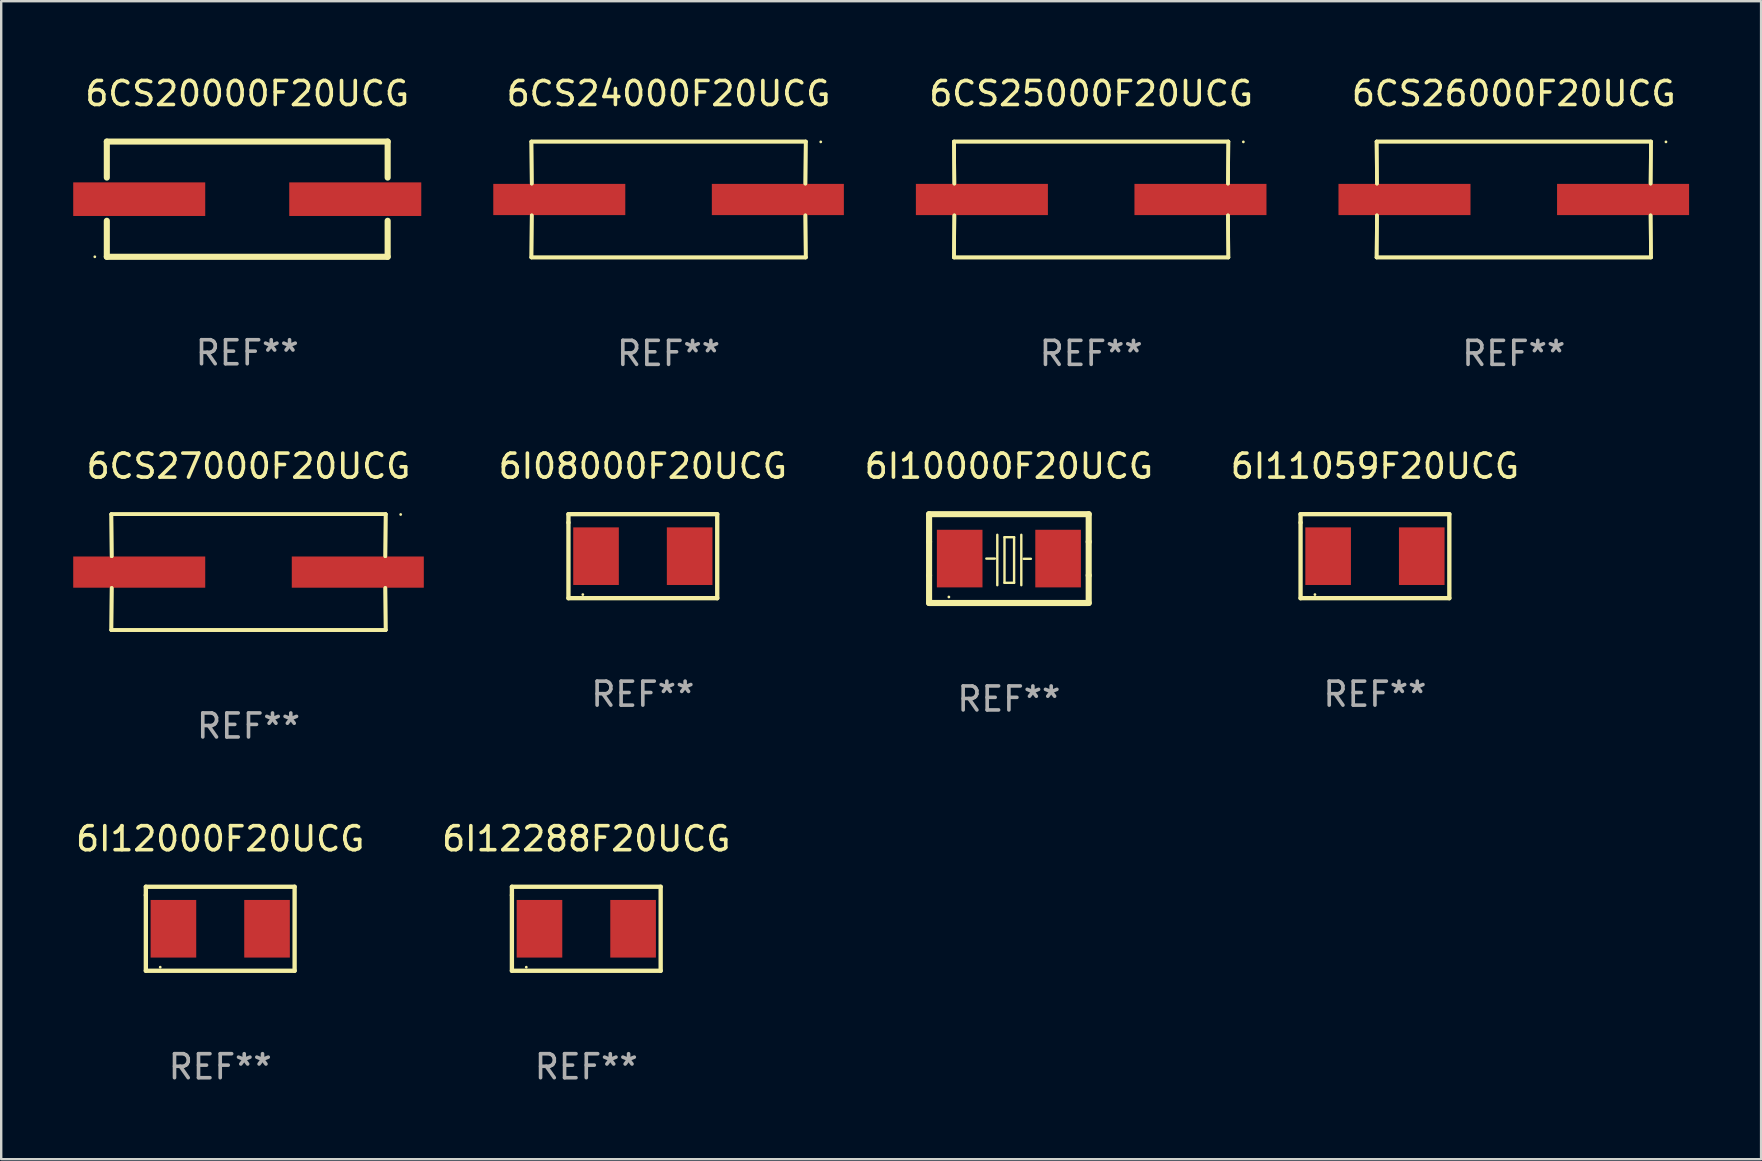
<source format=kicad_pcb>
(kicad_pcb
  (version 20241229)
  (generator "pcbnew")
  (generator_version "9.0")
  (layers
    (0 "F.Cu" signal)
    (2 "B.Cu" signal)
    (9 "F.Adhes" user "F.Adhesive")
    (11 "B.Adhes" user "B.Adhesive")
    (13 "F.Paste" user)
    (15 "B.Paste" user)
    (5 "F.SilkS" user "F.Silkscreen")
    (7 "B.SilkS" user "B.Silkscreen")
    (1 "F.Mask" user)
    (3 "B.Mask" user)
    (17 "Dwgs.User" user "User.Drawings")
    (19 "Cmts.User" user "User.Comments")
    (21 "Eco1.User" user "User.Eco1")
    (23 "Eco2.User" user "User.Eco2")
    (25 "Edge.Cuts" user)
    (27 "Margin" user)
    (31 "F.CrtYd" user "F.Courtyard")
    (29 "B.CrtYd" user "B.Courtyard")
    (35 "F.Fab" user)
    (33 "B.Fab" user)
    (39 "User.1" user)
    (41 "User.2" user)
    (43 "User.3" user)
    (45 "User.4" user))
  (footprint "6I11059F20UCG"
    (layer "F.Cu")
    (at 54.231 20.121)
    (property "Reference" "6I11059F20UCG" (at 0 -3.75 0) (layer "F.SilkS") (effects (font (size 1 1) (thickness 0.15))))
    (attr through_hole)
    (fp_line (start -3.099 -1.75) (end 3.099 -1.75) (stroke (width 0.18) (type solid)) (layer "F.SilkS"))
    (fp_line (start -3.099 -1.4) (end -3.099 -1.75) (stroke (width 0.18) (type solid)) (layer "F.SilkS"))
    (fp_line (start -3.099 1.75) (end -3.099 -1.4) (stroke (width 0.18) (type solid)) (layer "F.SilkS"))
    (fp_line (start 3.099 -1.75) (end 3.099 1.75) (stroke (width 0.18) (type solid)) (layer "F.SilkS"))
    (fp_line (start 3.099 1.75) (end -3.099 1.75) (stroke (width 0.18) (type solid)) (layer "F.SilkS"))
    (fp_circle (center -2.5 1.6) (end -2.47 1.6) (stroke (width 0.06) (type solid)) (fill no) (layer "F.SilkS"))
    (fp_text user "REF**" (at 0 5.75 0) (layer "F.Fab") (effects (font (size 1 1) (thickness 0.15))))
    (pad "1" smd rect (at -1.95 0) (size 1.9 2.4) (layers "F.Cu" "F.Mask" "F.Paste"))
    (pad "2" smd rect (at 1.95 0) (size 1.9 2.4) (layers "F.Cu" "F.Mask" "F.Paste")))
  (footprint "6I12000F20UCG"
    (layer "F.Cu")
    (at 6.125 35.643)
    (property "Reference" "6I12000F20UCG" (at 0 -3.75 0) (layer "F.SilkS") (effects (font (size 1 1) (thickness 0.15))))
    (attr through_hole)
    (fp_line (start -3.099 -1.75) (end 3.099 -1.75) (stroke (width 0.18) (type solid)) (layer "F.SilkS"))
    (fp_line (start -3.099 -1.4) (end -3.099 -1.75) (stroke (width 0.18) (type solid)) (layer "F.SilkS"))
    (fp_line (start -3.099 1.75) (end -3.099 -1.4) (stroke (width 0.18) (type solid)) (layer "F.SilkS"))
    (fp_line (start 3.099 -1.75) (end 3.099 1.75) (stroke (width 0.18) (type solid)) (layer "F.SilkS"))
    (fp_line (start 3.099 1.75) (end -3.099 1.75) (stroke (width 0.18) (type solid)) (layer "F.SilkS"))
    (fp_circle (center -2.5 1.6) (end -2.47 1.6) (stroke (width 0.06) (type solid)) (fill no) (layer "F.SilkS"))
    (fp_text user "REF**" (at 0 5.75 0) (layer "F.Fab") (effects (font (size 1 1) (thickness 0.15))))
    (pad "1" smd rect (at -1.95 0) (size 1.9 2.4) (layers "F.Cu" "F.Mask" "F.Paste"))
    (pad "2" smd rect (at 1.95 0) (size 1.9 2.4) (layers "F.Cu" "F.Mask" "F.Paste")))
  (footprint "6CS27000F20UCG"
    (layer "F.Cu")
    (at 7.303 20.784)
    (property "Reference" "6CS27000F20UCG" (at 0 -4.413 0) (layer "F.SilkS") (effects (font (size 1 1) (thickness 0.15))))
    (attr through_hole)
    (fp_line (start -5.715 -2.413) (end -5.7 -0.662) (stroke (width 0.152) (type solid)) (layer "F.SilkS"))
    (fp_line (start -5.715 -2.413) (end -5.7 -0.662) (stroke (width 0.152) (type solid)) (layer "F.SilkS"))
    (fp_line (start -5.715 2.413) (end 5.715 2.413) (stroke (width 0.152) (type solid)) (layer "F.SilkS"))
    (fp_line (start -5.715 2.413) (end 5.715 2.413) (stroke (width 0.152) (type solid)) (layer "F.SilkS"))
    (fp_line (start -5.7 0.662) (end -5.715 2.413) (stroke (width 0.152) (type solid)) (layer "F.SilkS"))
    (fp_line (start -5.7 0.662) (end -5.715 2.413) (stroke (width 0.152) (type solid)) (layer "F.SilkS"))
    (fp_line (start 5.7 -0.662) (end 5.715 -2.413) (stroke (width 0.152) (type solid)) (layer "F.SilkS"))
    (fp_line (start 5.7 -0.662) (end 5.715 -2.413) (stroke (width 0.152) (type solid)) (layer "F.SilkS"))
    (fp_line (start 5.715 -2.413) (end -5.715 -2.413) (stroke (width 0.152) (type solid)) (layer "F.SilkS"))
    (fp_line (start 5.715 -2.413) (end -5.715 -2.413) (stroke (width 0.152) (type solid)) (layer "F.SilkS"))
    (fp_line (start 5.715 2.413) (end 5.7 0.662) (stroke (width 0.152) (type solid)) (layer "F.SilkS"))
    (fp_line (start 5.715 2.413) (end 5.7 0.662) (stroke (width 0.152) (type solid)) (layer "F.SilkS"))
    (fp_circle (center 6.34 -2.4) (end 6.37 -2.4) (stroke (width 0.06) (type solid)) (fill no) (layer "F.SilkS"))
    (fp_text user "REF**" (at 0 6.413 0) (layer "F.Fab") (effects (font (size 1 1) (thickness 0.15))))
    (pad "1" smd rect (at 4.553 0) (size 5.5 1.3) (layers "F.Cu" "F.Mask" "F.Paste"))
    (pad "2" smd rect (at -4.553 0) (size 5.5 1.3) (layers "F.Cu" "F.Mask" "F.Paste")))
  (footprint "6I10000F20UCG"
    (layer "F.Cu")
    (at 38.981 20.221)
    (property "Reference" "6I10000F20UCG" (at 0 -3.85 0) (layer "F.SilkS") (effects (font (size 1 1) (thickness 0.15))))
    (attr through_hole)
    (fp_line (start -3.325 0.7) (end -3.325 -0.7) (stroke (width 0.254) (type solid)) (layer "F.SilkS"))
    (fp_line (start -3.325 -1.85) (end 3.325 -1.85) (stroke (width 0.254) (type solid)) (layer "F.SilkS"))
    (fp_line (start -3.325 -0.7) (end -3.325 -1.85) (stroke (width 0.254) (type solid)) (layer "F.SilkS"))
    (fp_line (start -3.325 1.85) (end -3.325 0.7) (stroke (width 0.254) (type solid)) (layer "F.SilkS"))
    (fp_line (start -0.94 -0.000127) (end -0.584 -0.000127) (stroke (width 0.1) (type solid)) (layer "F.SilkS"))
    (fp_line (start -0.483 -0.991) (end -0.483 1.109) (stroke (width 0.1) (type solid)) (layer "F.SilkS"))
    (fp_line (start -0.183 -0.891) (end -0.183 1.009) (stroke (width 0.1) (type solid)) (layer "F.SilkS"))
    (fp_line (start -0.183 1.009) (end 0.217 1.009) (stroke (width 0.1) (type solid)) (layer "F.SilkS"))
    (fp_line (start 0.217 -0.891) (end -0.183 -0.891) (stroke (width 0.1) (type solid)) (layer "F.SilkS"))
    (fp_line (start 0.217 1.009) (end 0.217 -0.891) (stroke (width 0.1) (type solid)) (layer "F.SilkS"))
    (fp_line (start 0.517 -0.991) (end 0.517 1.109) (stroke (width 0.1) (type solid)) (layer "F.SilkS"))
    (fp_line (start 0.617 0.009) (end 0.917 0.009) (stroke (width 0.1) (type solid)) (layer "F.SilkS"))
    (fp_line (start 3.325 -1.85) (end 3.325 -0.7) (stroke (width 0.254) (type solid)) (layer "F.SilkS"))
    (fp_line (start 3.325 0.7) (end 3.325 1.85) (stroke (width 0.254) (type solid)) (layer "F.SilkS"))
    (fp_line (start 3.325 1.85) (end -3.325 1.85) (stroke (width 0.254) (type solid)) (layer "F.SilkS"))
    (fp_line (start 3.325 -0.7) (end 3.325 0.7) (stroke (width 0.254) (type solid)) (layer "F.SilkS"))
    (fp_circle (center -2.5 1.6) (end -2.47 1.6) (stroke (width 0.06) (type solid)) (fill no) (layer "F.SilkS"))
    (fp_text user "REF**" (at 0 5.85 0) (layer "F.Fab") (effects (font (size 1 1) (thickness 0.15))))
    (pad "1" smd rect (at -2.05 -0.000127) (size 1.9 2.4) (layers "F.Cu" "F.Mask" "F.Paste"))
    (pad "2" smd rect (at 2.05 -0.000127) (size 1.9 2.4) (layers "F.Cu" "F.Mask" "F.Paste")))
  (footprint "6I12288F20UCG"
    (layer "F.Cu")
    (at 21.375 35.643)
    (property "Reference" "6I12288F20UCG" (at 0 -3.75 0) (layer "F.SilkS") (effects (font (size 1 1) (thickness 0.15))))
    (attr through_hole)
    (fp_line (start -3.099 -1.75) (end 3.099 -1.75) (stroke (width 0.18) (type solid)) (layer "F.SilkS"))
    (fp_line (start -3.099 -1.4) (end -3.099 -1.75) (stroke (width 0.18) (type solid)) (layer "F.SilkS"))
    (fp_line (start -3.099 1.75) (end -3.099 -1.4) (stroke (width 0.18) (type solid)) (layer "F.SilkS"))
    (fp_line (start 3.099 -1.75) (end 3.099 1.75) (stroke (width 0.18) (type solid)) (layer "F.SilkS"))
    (fp_line (start 3.099 1.75) (end -3.099 1.75) (stroke (width 0.18) (type solid)) (layer "F.SilkS"))
    (fp_circle (center -2.5 1.6) (end -2.47 1.6) (stroke (width 0.06) (type solid)) (fill no) (layer "F.SilkS"))
    (fp_text user "REF**" (at 0 5.75 0) (layer "F.Fab") (effects (font (size 1 1) (thickness 0.15))))
    (pad "1" smd rect (at -1.95 0) (size 1.9 2.4) (layers "F.Cu" "F.Mask" "F.Paste"))
    (pad "2" smd rect (at 1.95 0) (size 1.9 2.4) (layers "F.Cu" "F.Mask" "F.Paste")))
  (footprint "6CS26000F20UCG"
    (layer "F.Cu")
    (at 60.015 5.261)
    (property "Reference" "6CS26000F20UCG" (at 0 -4.413 0) (layer "F.SilkS") (effects (font (size 1 1) (thickness 0.15))))
    (attr through_hole)
    (fp_line (start -5.715 -2.413) (end -5.7 -0.662) (stroke (width 0.152) (type solid)) (layer "F.SilkS"))
    (fp_line (start -5.715 -2.413) (end -5.7 -0.662) (stroke (width 0.152) (type solid)) (layer "F.SilkS"))
    (fp_line (start -5.715 2.413) (end 5.715 2.413) (stroke (width 0.152) (type solid)) (layer "F.SilkS"))
    (fp_line (start -5.715 2.413) (end 5.715 2.413) (stroke (width 0.152) (type solid)) (layer "F.SilkS"))
    (fp_line (start -5.7 0.662) (end -5.715 2.413) (stroke (width 0.152) (type solid)) (layer "F.SilkS"))
    (fp_line (start -5.7 0.662) (end -5.715 2.413) (stroke (width 0.152) (type solid)) (layer "F.SilkS"))
    (fp_line (start 5.7 -0.662) (end 5.715 -2.413) (stroke (width 0.152) (type solid)) (layer "F.SilkS"))
    (fp_line (start 5.7 -0.662) (end 5.715 -2.413) (stroke (width 0.152) (type solid)) (layer "F.SilkS"))
    (fp_line (start 5.715 -2.413) (end -5.715 -2.413) (stroke (width 0.152) (type solid)) (layer "F.SilkS"))
    (fp_line (start 5.715 -2.413) (end -5.715 -2.413) (stroke (width 0.152) (type solid)) (layer "F.SilkS"))
    (fp_line (start 5.715 2.413) (end 5.7 0.662) (stroke (width 0.152) (type solid)) (layer "F.SilkS"))
    (fp_line (start 5.715 2.413) (end 5.7 0.662) (stroke (width 0.152) (type solid)) (layer "F.SilkS"))
    (fp_circle (center 6.34 -2.4) (end 6.37 -2.4) (stroke (width 0.06) (type solid)) (fill no) (layer "F.SilkS"))
    (fp_text user "REF**" (at 0 6.413 0) (layer "F.Fab") (effects (font (size 1 1) (thickness 0.15))))
    (pad "1" smd rect (at 4.553 0) (size 5.5 1.3) (layers "F.Cu" "F.Mask" "F.Paste"))
    (pad "2" smd rect (at -4.553 0) (size 5.5 1.3) (layers "F.Cu" "F.Mask" "F.Paste")))
  (footprint "6CS25000F20UCG"
    (layer "F.Cu")
    (at 42.409 5.261)
    (property "Reference" "6CS25000F20UCG" (at 0 -4.413 0) (layer "F.SilkS") (effects (font (size 1 1) (thickness 0.15))))
    (attr through_hole)
    (fp_line (start -5.715 -2.413) (end -5.7 -0.662) (stroke (width 0.152) (type solid)) (layer "F.SilkS"))
    (fp_line (start -5.715 -2.413) (end -5.7 -0.662) (stroke (width 0.152) (type solid)) (layer "F.SilkS"))
    (fp_line (start -5.715 2.413) (end 5.715 2.413) (stroke (width 0.152) (type solid)) (layer "F.SilkS"))
    (fp_line (start -5.715 2.413) (end 5.715 2.413) (stroke (width 0.152) (type solid)) (layer "F.SilkS"))
    (fp_line (start -5.7 0.662) (end -5.715 2.413) (stroke (width 0.152) (type solid)) (layer "F.SilkS"))
    (fp_line (start -5.7 0.662) (end -5.715 2.413) (stroke (width 0.152) (type solid)) (layer "F.SilkS"))
    (fp_line (start 5.7 -0.662) (end 5.715 -2.413) (stroke (width 0.152) (type solid)) (layer "F.SilkS"))
    (fp_line (start 5.7 -0.662) (end 5.715 -2.413) (stroke (width 0.152) (type solid)) (layer "F.SilkS"))
    (fp_line (start 5.715 -2.413) (end -5.715 -2.413) (stroke (width 0.152) (type solid)) (layer "F.SilkS"))
    (fp_line (start 5.715 -2.413) (end -5.715 -2.413) (stroke (width 0.152) (type solid)) (layer "F.SilkS"))
    (fp_line (start 5.715 2.413) (end 5.7 0.662) (stroke (width 0.152) (type solid)) (layer "F.SilkS"))
    (fp_line (start 5.715 2.413) (end 5.7 0.662) (stroke (width 0.152) (type solid)) (layer "F.SilkS"))
    (fp_circle (center 6.34 -2.4) (end 6.37 -2.4) (stroke (width 0.06) (type solid)) (fill no) (layer "F.SilkS"))
    (fp_text user "REF**" (at 0 6.413 0) (layer "F.Fab") (effects (font (size 1 1) (thickness 0.15))))
    (pad "1" smd rect (at 4.553 0) (size 5.5 1.3) (layers "F.Cu" "F.Mask" "F.Paste"))
    (pad "2" smd rect (at -4.553 0) (size 5.5 1.3) (layers "F.Cu" "F.Mask" "F.Paste")))
  (footprint "6CS20000F20UCG"
    (layer "F.Cu")
    (at 7.25 5.248)
    (property "Reference" "6CS20000F20UCG" (at 0 -4.4 0) (layer "F.SilkS") (effects (font (size 1 1) (thickness 0.15))))
    (attr through_hole)
    (fp_line (start -5.85 -2.4) (end 5.85 -2.4) (stroke (width 0.254) (type solid)) (layer "F.SilkS"))
    (fp_line (start -5.85 -2.4) (end -5.85 -0.9) (stroke (width 0.254) (type solid)) (layer "F.SilkS"))
    (fp_line (start -5.85 2.4) (end 5.85 2.4) (stroke (width 0.254) (type solid)) (layer "F.SilkS"))
    (fp_line (start -5.85 0.9) (end -5.85 2.4) (stroke (width 0.254) (type solid)) (layer "F.SilkS"))
    (fp_line (start 5.85 -2.4) (end 5.85 -0.9) (stroke (width 0.254) (type solid)) (layer "F.SilkS"))
    (fp_line (start 5.85 0.9) (end 5.85 2.4) (stroke (width 0.254) (type solid)) (layer "F.SilkS"))
    (fp_circle (center -6.35 2.4) (end -6.32 2.4) (stroke (width 0.06) (type solid)) (fill no) (layer "F.SilkS"))
    (fp_text user "REF**" (at 0 6.4 0) (layer "F.Fab") (effects (font (size 1 1) (thickness 0.15))))
    (pad "1" smd rect (at -4.5 -0.000025) (size 5.5 1.4) (layers "F.Cu" "F.Mask" "F.Paste"))
    (pad "2" smd rect (at 4.5 -0.000025) (size 5.5 1.4) (layers "F.Cu" "F.Mask" "F.Paste")))
  (footprint "6I08000F20UCG"
    (layer "F.Cu")
    (at 23.731 20.121)
    (property "Reference" "6I08000F20UCG" (at 0 -3.75 0) (layer "F.SilkS") (effects (font (size 1 1) (thickness 0.15))))
    (attr through_hole)
    (fp_line (start -3.099 -1.75) (end 3.099 -1.75) (stroke (width 0.18) (type solid)) (layer "F.SilkS"))
    (fp_line (start -3.099 -1.4) (end -3.099 -1.75) (stroke (width 0.18) (type solid)) (layer "F.SilkS"))
    (fp_line (start -3.099 1.75) (end -3.099 -1.4) (stroke (width 0.18) (type solid)) (layer "F.SilkS"))
    (fp_line (start 3.099 -1.75) (end 3.099 1.75) (stroke (width 0.18) (type solid)) (layer "F.SilkS"))
    (fp_line (start 3.099 1.75) (end -3.099 1.75) (stroke (width 0.18) (type solid)) (layer "F.SilkS"))
    (fp_circle (center -2.5 1.6) (end -2.47 1.6) (stroke (width 0.06) (type solid)) (fill no) (layer "F.SilkS"))
    (fp_text user "REF**" (at 0 5.75 0) (layer "F.Fab") (effects (font (size 1 1) (thickness 0.15))))
    (pad "1" smd rect (at -1.95 0) (size 1.9 2.4) (layers "F.Cu" "F.Mask" "F.Paste"))
    (pad "2" smd rect (at 1.95 0) (size 1.9 2.4) (layers "F.Cu" "F.Mask" "F.Paste")))
  (footprint "6CS24000F20UCG"
    (layer "F.Cu")
    (at 24.803 5.261)
    (property "Reference" "6CS24000F20UCG" (at 0 -4.413 0) (layer "F.SilkS") (effects (font (size 1 1) (thickness 0.15))))
    (attr through_hole)
    (fp_line (start -5.715 -2.413) (end -5.7 -0.662) (stroke (width 0.152) (type solid)) (layer "F.SilkS"))
    (fp_line (start -5.715 -2.413) (end -5.7 -0.662) (stroke (width 0.152) (type solid)) (layer "F.SilkS"))
    (fp_line (start -5.715 2.413) (end 5.715 2.413) (stroke (width 0.152) (type solid)) (layer "F.SilkS"))
    (fp_line (start -5.715 2.413) (end 5.715 2.413) (stroke (width 0.152) (type solid)) (layer "F.SilkS"))
    (fp_line (start -5.7 0.662) (end -5.715 2.413) (stroke (width 0.152) (type solid)) (layer "F.SilkS"))
    (fp_line (start -5.7 0.662) (end -5.715 2.413) (stroke (width 0.152) (type solid)) (layer "F.SilkS"))
    (fp_line (start 5.7 -0.662) (end 5.715 -2.413) (stroke (width 0.152) (type solid)) (layer "F.SilkS"))
    (fp_line (start 5.7 -0.662) (end 5.715 -2.413) (stroke (width 0.152) (type solid)) (layer "F.SilkS"))
    (fp_line (start 5.715 -2.413) (end -5.715 -2.413) (stroke (width 0.152) (type solid)) (layer "F.SilkS"))
    (fp_line (start 5.715 -2.413) (end -5.715 -2.413) (stroke (width 0.152) (type solid)) (layer "F.SilkS"))
    (fp_line (start 5.715 2.413) (end 5.7 0.662) (stroke (width 0.152) (type solid)) (layer "F.SilkS"))
    (fp_line (start 5.715 2.413) (end 5.7 0.662) (stroke (width 0.152) (type solid)) (layer "F.SilkS"))
    (fp_circle (center 6.34 -2.4) (end 6.37 -2.4) (stroke (width 0.06) (type solid)) (fill no) (layer "F.SilkS"))
    (fp_text user "REF**" (at 0 6.413 0) (layer "F.Fab") (effects (font (size 1 1) (thickness 0.15))))
    (pad "1" smd rect (at 4.553 0) (size 5.5 1.3) (layers "F.Cu" "F.Mask" "F.Paste"))
    (pad "2" smd rect (at -4.553 0) (size 5.5 1.3) (layers "F.Cu" "F.Mask" "F.Paste")))
  (gr_rect
    (start -3 -3)
    (end 70.318 45.242)
    (stroke (width 0.1) (type default))
    (fill no)
    (layer "Edge.Cuts")))
</source>
